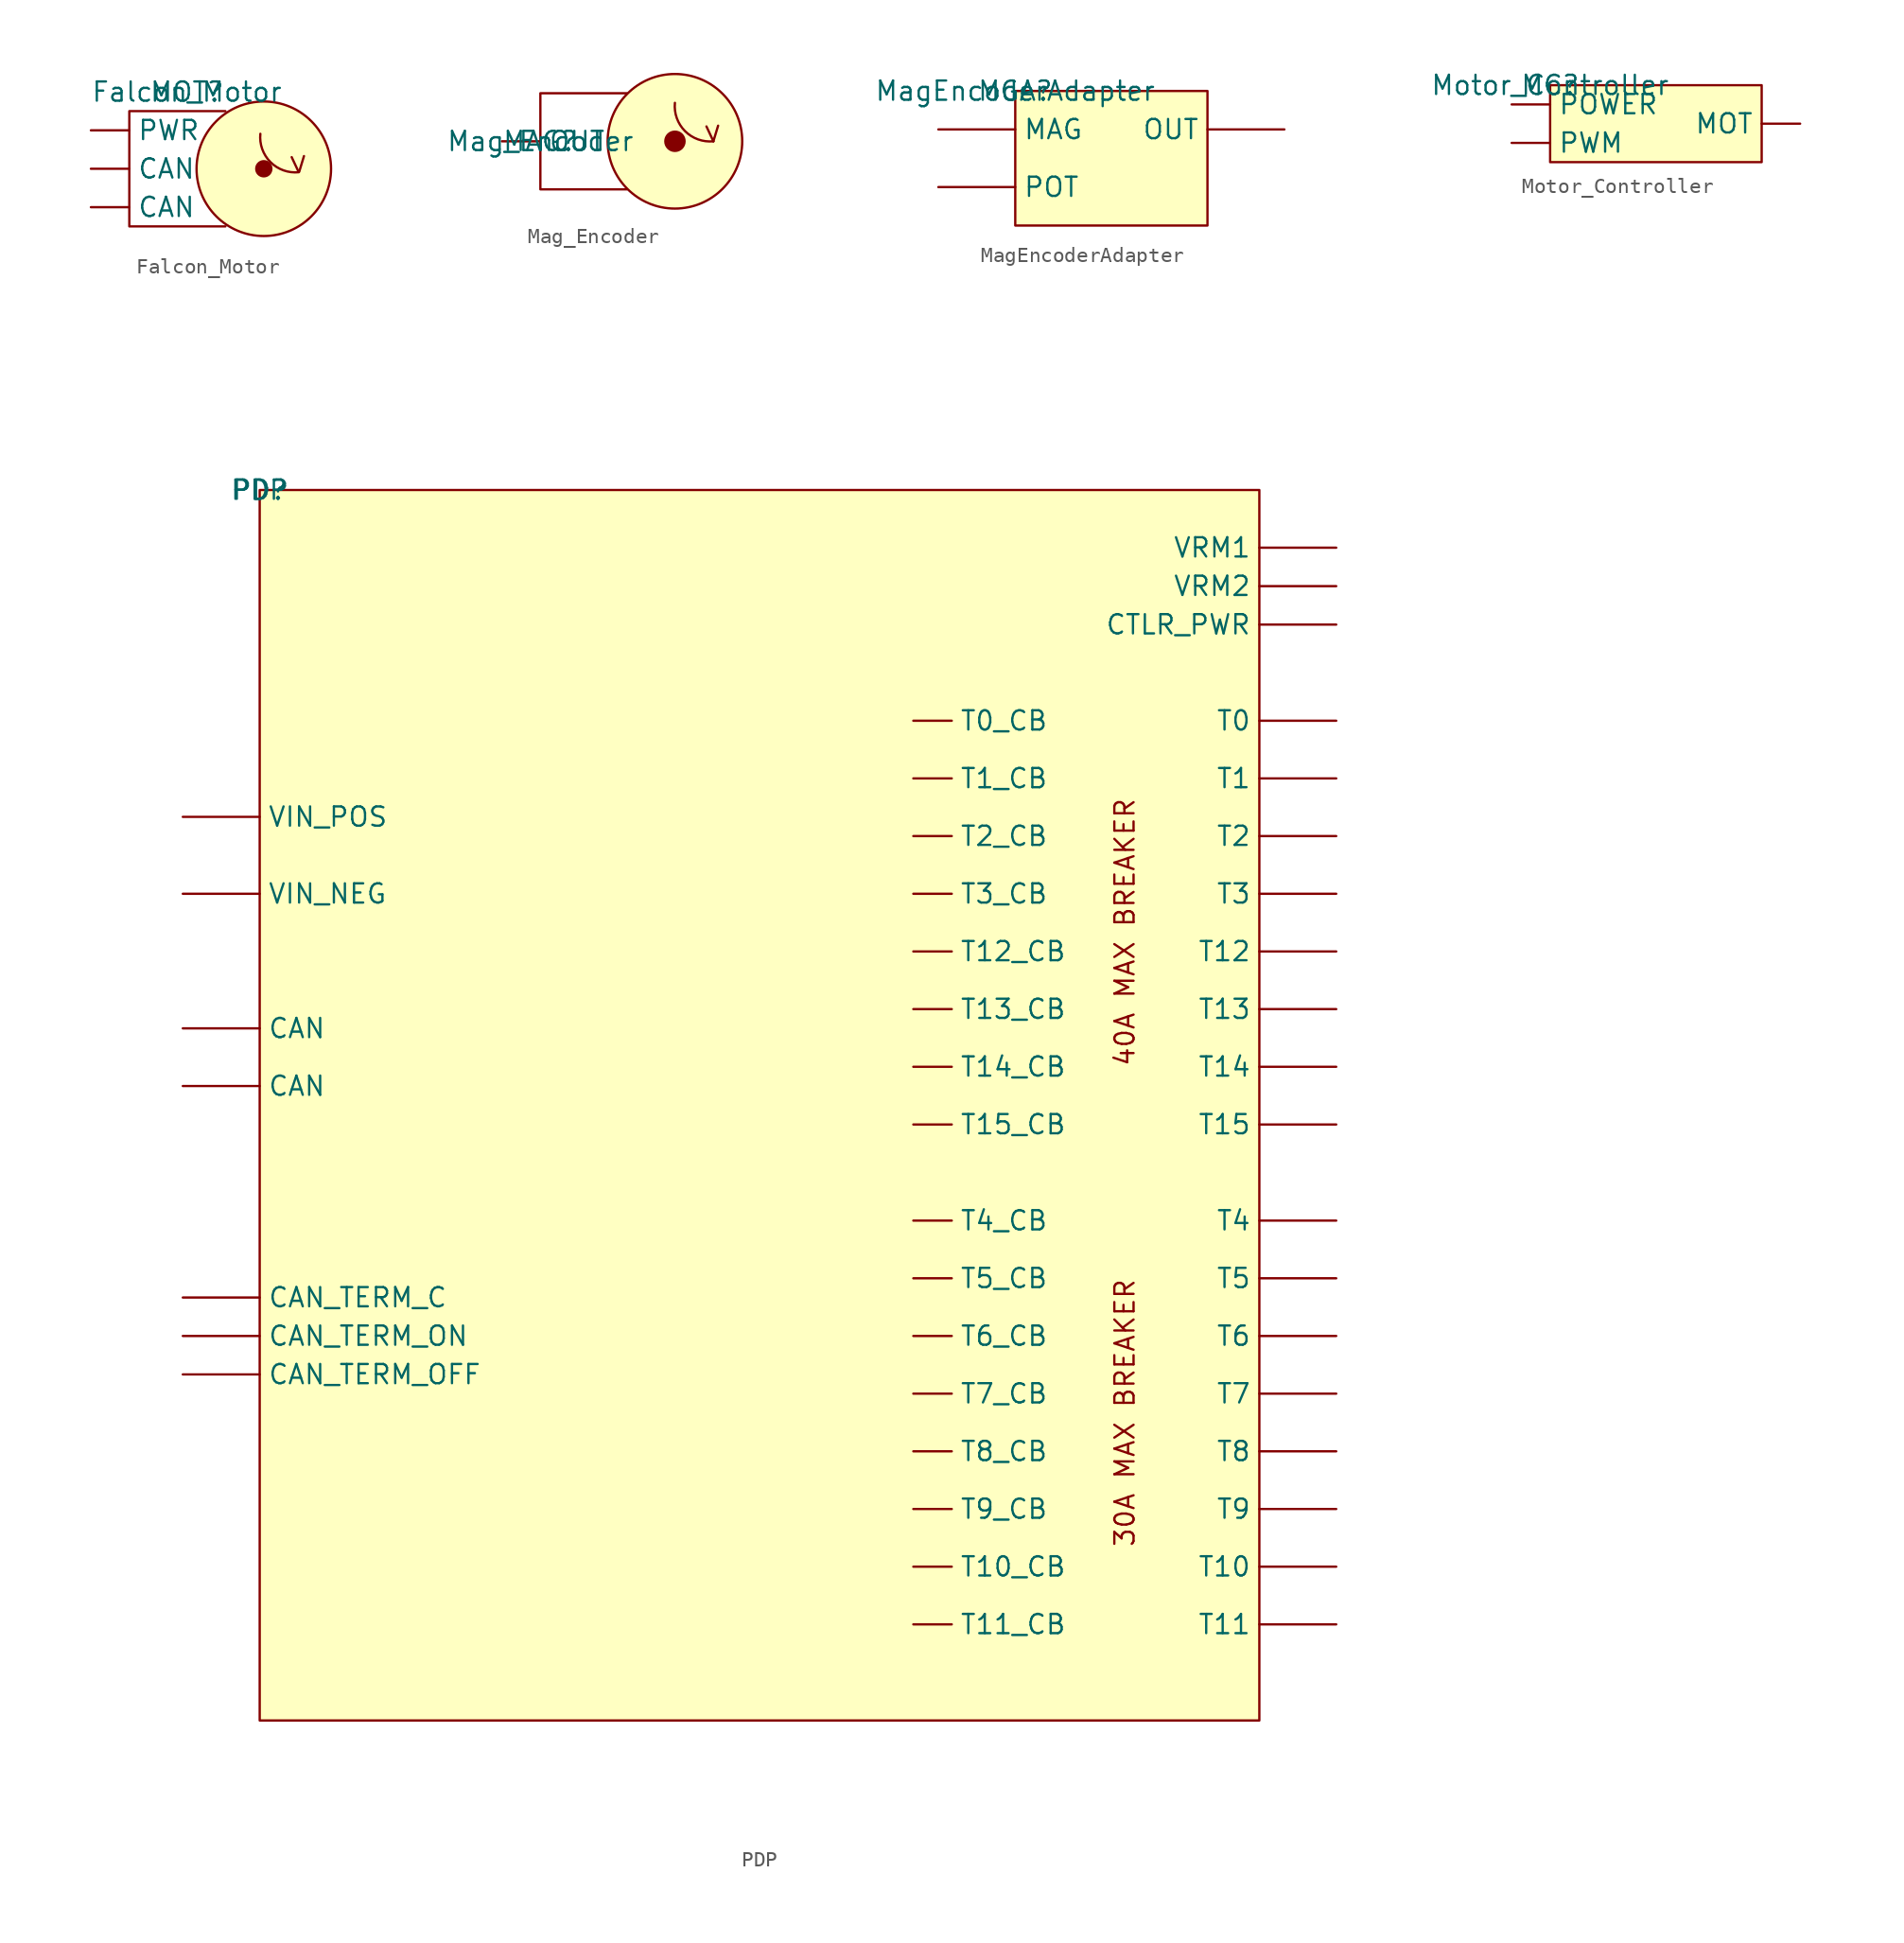
<source format=kicad_sym>
(kicad_symbol_lib
  (version 20211014)
  (generator kicad_symbol_editor)
  (symbol "Falcon_Motor"
    (property "Reference" "MOT"
      (at 3.81 5.08 0)
      (effects (font (size 1.27 1.27))))
    (property "Value" "Falcon_Motor"
      (at 3.81 5.08 0)
      (effects (font (size 1.27 1.27))))
    (symbol "Falcon_Motor_0_1"
      (polyline (pts (xy 11.192 -0.213) (xy 10.733 0.768)) (stroke (width 0) (type default) (color 0 0 0 0)) (fill (type none)))
      (polyline (pts (xy 11.232 -0.193) (xy 11.545 0.838)) (stroke (width 0) (type default) (color 0 0 0 0)) (fill (type none)))
      (polyline (pts (xy 6.35 3.81) (xy 0 3.81) (xy 0 -3.81) (xy 6.35 -3.81)) (stroke (width 0) (type default) (color 0 0 0 0)) (fill (type none)))
      (arc (start 8.661 2.311) (mid 7.2479 -1.6421) (end 11.201 -0.229) (stroke (width 0) (type default) (color 0 0 0 0)) (fill (type none)))
      (circle (center 8.89 0) (radius 0.499) (stroke (width 0) (type default) (color 0 0 0 0)) (fill (type outline)))
      (circle (center 8.89 0) (radius 4.445) (stroke (width 0) (type default) (color 0 0 0 0)) (fill (type background))))
    (symbol "Falcon_Motor_1_1"
      (pin input line (at -2.54 -2.54 0) (length 2.54) (name "CAN" (effects (font (size 1.27 1.27)))) (number "" (effects (font (size 1.27 1.27)))))
      (pin input line (at -2.54 0 0) (length 2.54) (name "CAN" (effects (font (size 1.27 1.27)))) (number "" (effects (font (size 1.27 1.27)))))
      (pin input line (at -2.54 2.54 0) (length 2.54) (name "PWR" (effects (font (size 1.27 1.27)))) (number "" (effects (font (size 1.27 1.27)))))))
  (symbol "Mag_Encoder"
    (property "Reference" "MAG"
      (at 0 0 0)
      (effects (font (size 1.27 1.27))))
    (property "Value" "Mag_Encoder"
      (at 0 0 0)
      (effects (font (size 1.27 1.27))))
    (symbol "Mag_Encoder_0_1"
      (polyline (pts (xy 11.43 0) (xy 10.972 0.981)) (stroke (width 0) (type default) (color 0 0 0 0)) (fill (type none)))
      (polyline (pts (xy 11.43 0) (xy 11.743 1.031)) (stroke (width 0) (type default) (color 0 0 0 0)) (fill (type none)))
      (polyline (pts (xy 5.715 -3.175) (xy 0 -3.175) (xy 0 3.175) (xy 5.715 3.175)) (stroke (width 0) (type default) (color 0 0 0 0)) (fill (type none)))
      (circle (center 8.89 0) (radius 0.635) (stroke (width 0) (type default) (color 0 0 0 0)) (fill (type outline)))
      (circle (center 8.89 0) (radius 4.445) (stroke (width 0) (type default) (color 0 0 0 0)) (fill (type background)))
      (arc (start 8.89 2.54) (mid 7.4769 -1.4131) (end 11.43 0) (stroke (width 0) (type default) (color 0 0 0 0)) (fill (type none))))
    (symbol "Mag_Encoder_1_1"
      (pin input line (at -2.54 0 0) (length 2.54) (name "OUT" (effects (font (size 1.27 1.27)))) (number "" (effects (font (size 1.27 1.27)))))))
  (symbol "MagEncoderAdapter"
    (property "Reference" "MGA"
      (at 0 0 0)
      (effects (font (size 1.27 1.27))))
    (property "Value" "MagEncoderAdapter"
      (at 0 0 0)
      (effects (font (size 1.27 1.27))))
    (symbol "MagEncoderAdapter_0_0"
      (pin unspecified line (at -5.08 -2.54 0) (length 5.08) (name "MAG" (effects (font (size 1.27 1.27)))) (number "" (effects (font (size 1.27 1.27)))))
      (pin unspecified line (at 17.78 -2.54 180) (length 5.08) (name "OUT" (effects (font (size 1.27 1.27)))) (number "" (effects (font (size 1.27 1.27)))))
      (pin unspecified line (at -5.08 -6.35 0) (length 5.08) (name "POT" (effects (font (size 1.27 1.27)))) (number "" (effects (font (size 1.27 1.27))))))
    (symbol "MagEncoderAdapter_0_1"
      (rectangle (start 0 0) (end 12.7 -8.89) (stroke (width 0) (type default) (color 0 0 0 0)) (fill (type background)))))
  (symbol "Motor_Controller"
    (property "Reference" "MC"
      (at 0 0 0)
      (effects (font (size 1.27 1.27))))
    (property "Value" "Motor_Controller"
      (at 0 0 0)
      (effects (font (size 1.27 1.27))))
    (symbol "Motor_Controller_0_1"
      (rectangle (start 0 0) (end 13.97 -5.08) (stroke (width 0) (type default) (color 0 0 0 0)) (fill (type background))))
    (symbol "Motor_Controller_1_1"
      (pin passive line (at 16.51 -2.54 180) (length 2.54) (name "MOT" (effects (font (size 1.27 1.27)))) (number "" (effects (font (size 1.27 1.27)))))
      (pin passive line (at -2.54 -1.27 0) (length 2.54) (name "POWER" (effects (font (size 1.27 1.27)))) (number "" (effects (font (size 1.27 1.27)))))
      (pin passive line (at -2.54 -3.81 0) (length 2.54) (name "PWM" (effects (font (size 1.27 1.27)))) (number "" (effects (font (size 1.27 1.27)))))))
  (symbol "PDP"
    (pin_numbers hide)
    (property "Reference" "PD"
      (at 0 0 0)
      (effects (font (size 1.27 1.27))))
    (property "Value" "PDP"
      (at 0 0 0)
      (effects (font (size 1.27 1.27))))
    (symbol "PDP_0_0"
      (text "30A MAX BREAKER" (at 57.15 -60.96 900) (effects (font (size 1.27 1.27))))
      (text "40A MAX BREAKER" (at 57.15 -29.21 900) (effects (font (size 1.27 1.27))))
      (pin unspecified line (at -5.08 -39.37 0) (length 5.08) (name "CAN" (effects (font (size 1.27 1.27)))) (number "CAN" (effects (font (size 1.27 1.27)))))
      (pin unspecified line (at -5.08 -35.56 0) (length 5.08) (name "CAN" (effects (font (size 1.27 1.27)))) (number "CAN" (effects (font (size 1.27 1.27)))))
      (pin unspecified line (at -5.08 -53.34 0) (length 5.08) (name "CAN_TERM_C" (effects (font (size 1.27 1.27)))) (number "CAN_TERM_C" (effects (font (size 1.27 1.27)))))
      (pin unspecified line (at -5.08 -58.42 0) (length 5.08) (name "CAN_TERM_OFF" (effects (font (size 1.27 1.27)))) (number "CAN_TERM_OFF" (effects (font (size 1.27 1.27)))))
      (pin unspecified line (at -5.08 -55.88 0) (length 5.08) (name "CAN_TERM_ON" (effects (font (size 1.27 1.27)))) (number "CAN_TERM_ON" (effects (font (size 1.27 1.27)))))
      (pin unspecified line (at 71.12 -8.89 180) (length 5.08) (name "CTLR_PWR" (effects (font (size 1.27 1.27)))) (number "CTLR_PWR" (effects (font (size 1.27 1.27)))))
      (pin unspecified line (at 71.12 -15.24 180) (length 5.08) (name "T0" (effects (font (size 1.27 1.27)))) (number "T0" (effects (font (size 1.27 1.27)))))
      (pin unspecified line (at 43.18 -15.24 0) (length 2.54) (name "T0_CB" (effects (font (size 1.27 1.27)))) (number "T0_CB+" (effects (font (size 1.27 1.27)))))
      (pin unspecified line (at 71.12 -19.05 180) (length 5.08) (name "T1" (effects (font (size 1.27 1.27)))) (number "T1" (effects (font (size 1.27 1.27)))))
      (pin unspecified line (at 71.12 -71.12 180) (length 5.08) (name "T10" (effects (font (size 1.27 1.27)))) (number "T10" (effects (font (size 1.27 1.27)))))
      (pin unspecified line (at 43.18 -71.12 0) (length 2.54) (name "T10_CB" (effects (font (size 1.27 1.27)))) (number "T10_CB+" (effects (font (size 1.27 1.27)))))
      (pin unspecified line (at 71.12 -74.93 180) (length 5.08) (name "T11" (effects (font (size 1.27 1.27)))) (number "T11" (effects (font (size 1.27 1.27)))))
      (pin unspecified line (at 43.18 -74.93 0) (length 2.54) (name "T11_CB" (effects (font (size 1.27 1.27)))) (number "T11_CB+" (effects (font (size 1.27 1.27)))))
      (pin unspecified line (at 71.12 -30.48 180) (length 5.08) (name "T12" (effects (font (size 1.27 1.27)))) (number "T12" (effects (font (size 1.27 1.27)))))
      (pin unspecified line (at 43.18 -30.48 0) (length 2.54) (name "T12_CB" (effects (font (size 1.27 1.27)))) (number "T12_CB+" (effects (font (size 1.27 1.27)))))
      (pin unspecified line (at 71.12 -34.29 180) (length 5.08) (name "T13" (effects (font (size 1.27 1.27)))) (number "T13" (effects (font (size 1.27 1.27)))))
      (pin unspecified line (at 43.18 -34.29 0) (length 2.54) (name "T13_CB" (effects (font (size 1.27 1.27)))) (number "T13_CB+" (effects (font (size 1.27 1.27)))))
      (pin unspecified line (at 71.12 -38.1 180) (length 5.08) (name "T14" (effects (font (size 1.27 1.27)))) (number "T14" (effects (font (size 1.27 1.27)))))
      (pin unspecified line (at 43.18 -38.1 0) (length 2.54) (name "T14_CB" (effects (font (size 1.27 1.27)))) (number "T14_CB+" (effects (font (size 1.27 1.27)))))
      (pin unspecified line (at 71.12 -41.91 180) (length 5.08) (name "T15" (effects (font (size 1.27 1.27)))) (number "T15" (effects (font (size 1.27 1.27)))))
      (pin unspecified line (at 43.18 -41.91 0) (length 2.54) (name "T15_CB" (effects (font (size 1.27 1.27)))) (number "T15_CB+" (effects (font (size 1.27 1.27)))))
      (pin unspecified line (at 43.18 -19.05 0) (length 2.54) (name "T1_CB" (effects (font (size 1.27 1.27)))) (number "T1_CB+" (effects (font (size 1.27 1.27)))))
      (pin unspecified line (at 71.12 -22.86 180) (length 5.08) (name "T2" (effects (font (size 1.27 1.27)))) (number "T2" (effects (font (size 1.27 1.27)))))
      (pin unspecified line (at 43.18 -22.86 0) (length 2.54) (name "T2_CB" (effects (font (size 1.27 1.27)))) (number "T2_CB+" (effects (font (size 1.27 1.27)))))
      (pin unspecified line (at 71.12 -26.67 180) (length 5.08) (name "T3" (effects (font (size 1.27 1.27)))) (number "T3" (effects (font (size 1.27 1.27)))))
      (pin unspecified line (at 43.18 -26.67 0) (length 2.54) (name "T3_CB" (effects (font (size 1.27 1.27)))) (number "T3_CB+" (effects (font (size 1.27 1.27)))))
      (pin unspecified line (at 71.12 -48.26 180) (length 5.08) (name "T4" (effects (font (size 1.27 1.27)))) (number "T4" (effects (font (size 1.27 1.27)))))
      (pin unspecified line (at 43.18 -48.26 0) (length 2.54) (name "T4_CB" (effects (font (size 1.27 1.27)))) (number "T4_CB+" (effects (font (size 1.27 1.27)))))
      (pin unspecified line (at 71.12 -52.07 180) (length 5.08) (name "T5" (effects (font (size 1.27 1.27)))) (number "T5" (effects (font (size 1.27 1.27)))))
      (pin unspecified line (at 43.18 -52.07 0) (length 2.54) (name "T5_CB" (effects (font (size 1.27 1.27)))) (number "T5_CB+" (effects (font (size 1.27 1.27)))))
      (pin unspecified line (at 71.12 -55.88 180) (length 5.08) (name "T6" (effects (font (size 1.27 1.27)))) (number "T6" (effects (font (size 1.27 1.27)))))
      (pin unspecified line (at 43.18 -55.88 0) (length 2.54) (name "T6_CB" (effects (font (size 1.27 1.27)))) (number "T6_CB+" (effects (font (size 1.27 1.27)))))
      (pin unspecified line (at 71.12 -59.69 180) (length 5.08) (name "T7" (effects (font (size 1.27 1.27)))) (number "T7" (effects (font (size 1.27 1.27)))))
      (pin unspecified line (at 43.18 -59.69 0) (length 2.54) (name "T7_CB" (effects (font (size 1.27 1.27)))) (number "T7_CB+" (effects (font (size 1.27 1.27)))))
      (pin unspecified line (at 71.12 -63.5 180) (length 5.08) (name "T8" (effects (font (size 1.27 1.27)))) (number "T8" (effects (font (size 1.27 1.27)))))
      (pin unspecified line (at 43.18 -63.5 0) (length 2.54) (name "T8_CB" (effects (font (size 1.27 1.27)))) (number "T8_CB+" (effects (font (size 1.27 1.27)))))
      (pin unspecified line (at 71.12 -67.31 180) (length 5.08) (name "T9" (effects (font (size 1.27 1.27)))) (number "T9" (effects (font (size 1.27 1.27)))))
      (pin unspecified line (at 43.18 -67.31 0) (length 2.54) (name "T9_CB" (effects (font (size 1.27 1.27)))) (number "T9_CB+" (effects (font (size 1.27 1.27)))))
      (pin unspecified line (at -5.08 -26.67 0) (length 5.08) (name "VIN_NEG" (effects (font (size 1.27 1.27)))) (number "VIN_NEG" (effects (font (size 1.27 1.27)))))
      (pin unspecified line (at -5.08 -21.59 0) (length 5.08) (name "VIN_POS" (effects (font (size 1.27 1.27)))) (number "VIN_POS" (effects (font (size 1.27 1.27)))))
      (pin unspecified line (at 71.12 -3.81 180) (length 5.08) (name "VRM1" (effects (font (size 1.27 1.27)))) (number "VRM1" (effects (font (size 1.27 1.27)))))
      (pin unspecified line (at 71.12 -6.35 180) (length 5.08) (name "VRM2" (effects (font (size 1.27 1.27)))) (number "VRM2" (effects (font (size 1.27 1.27))))))
    (symbol "PDP_0_1"
      (rectangle (start 0 0) (end 66.04 -81.28) (stroke (width 0) (type default) (color 0 0 0 0)) (fill (type background))))))
</source>
